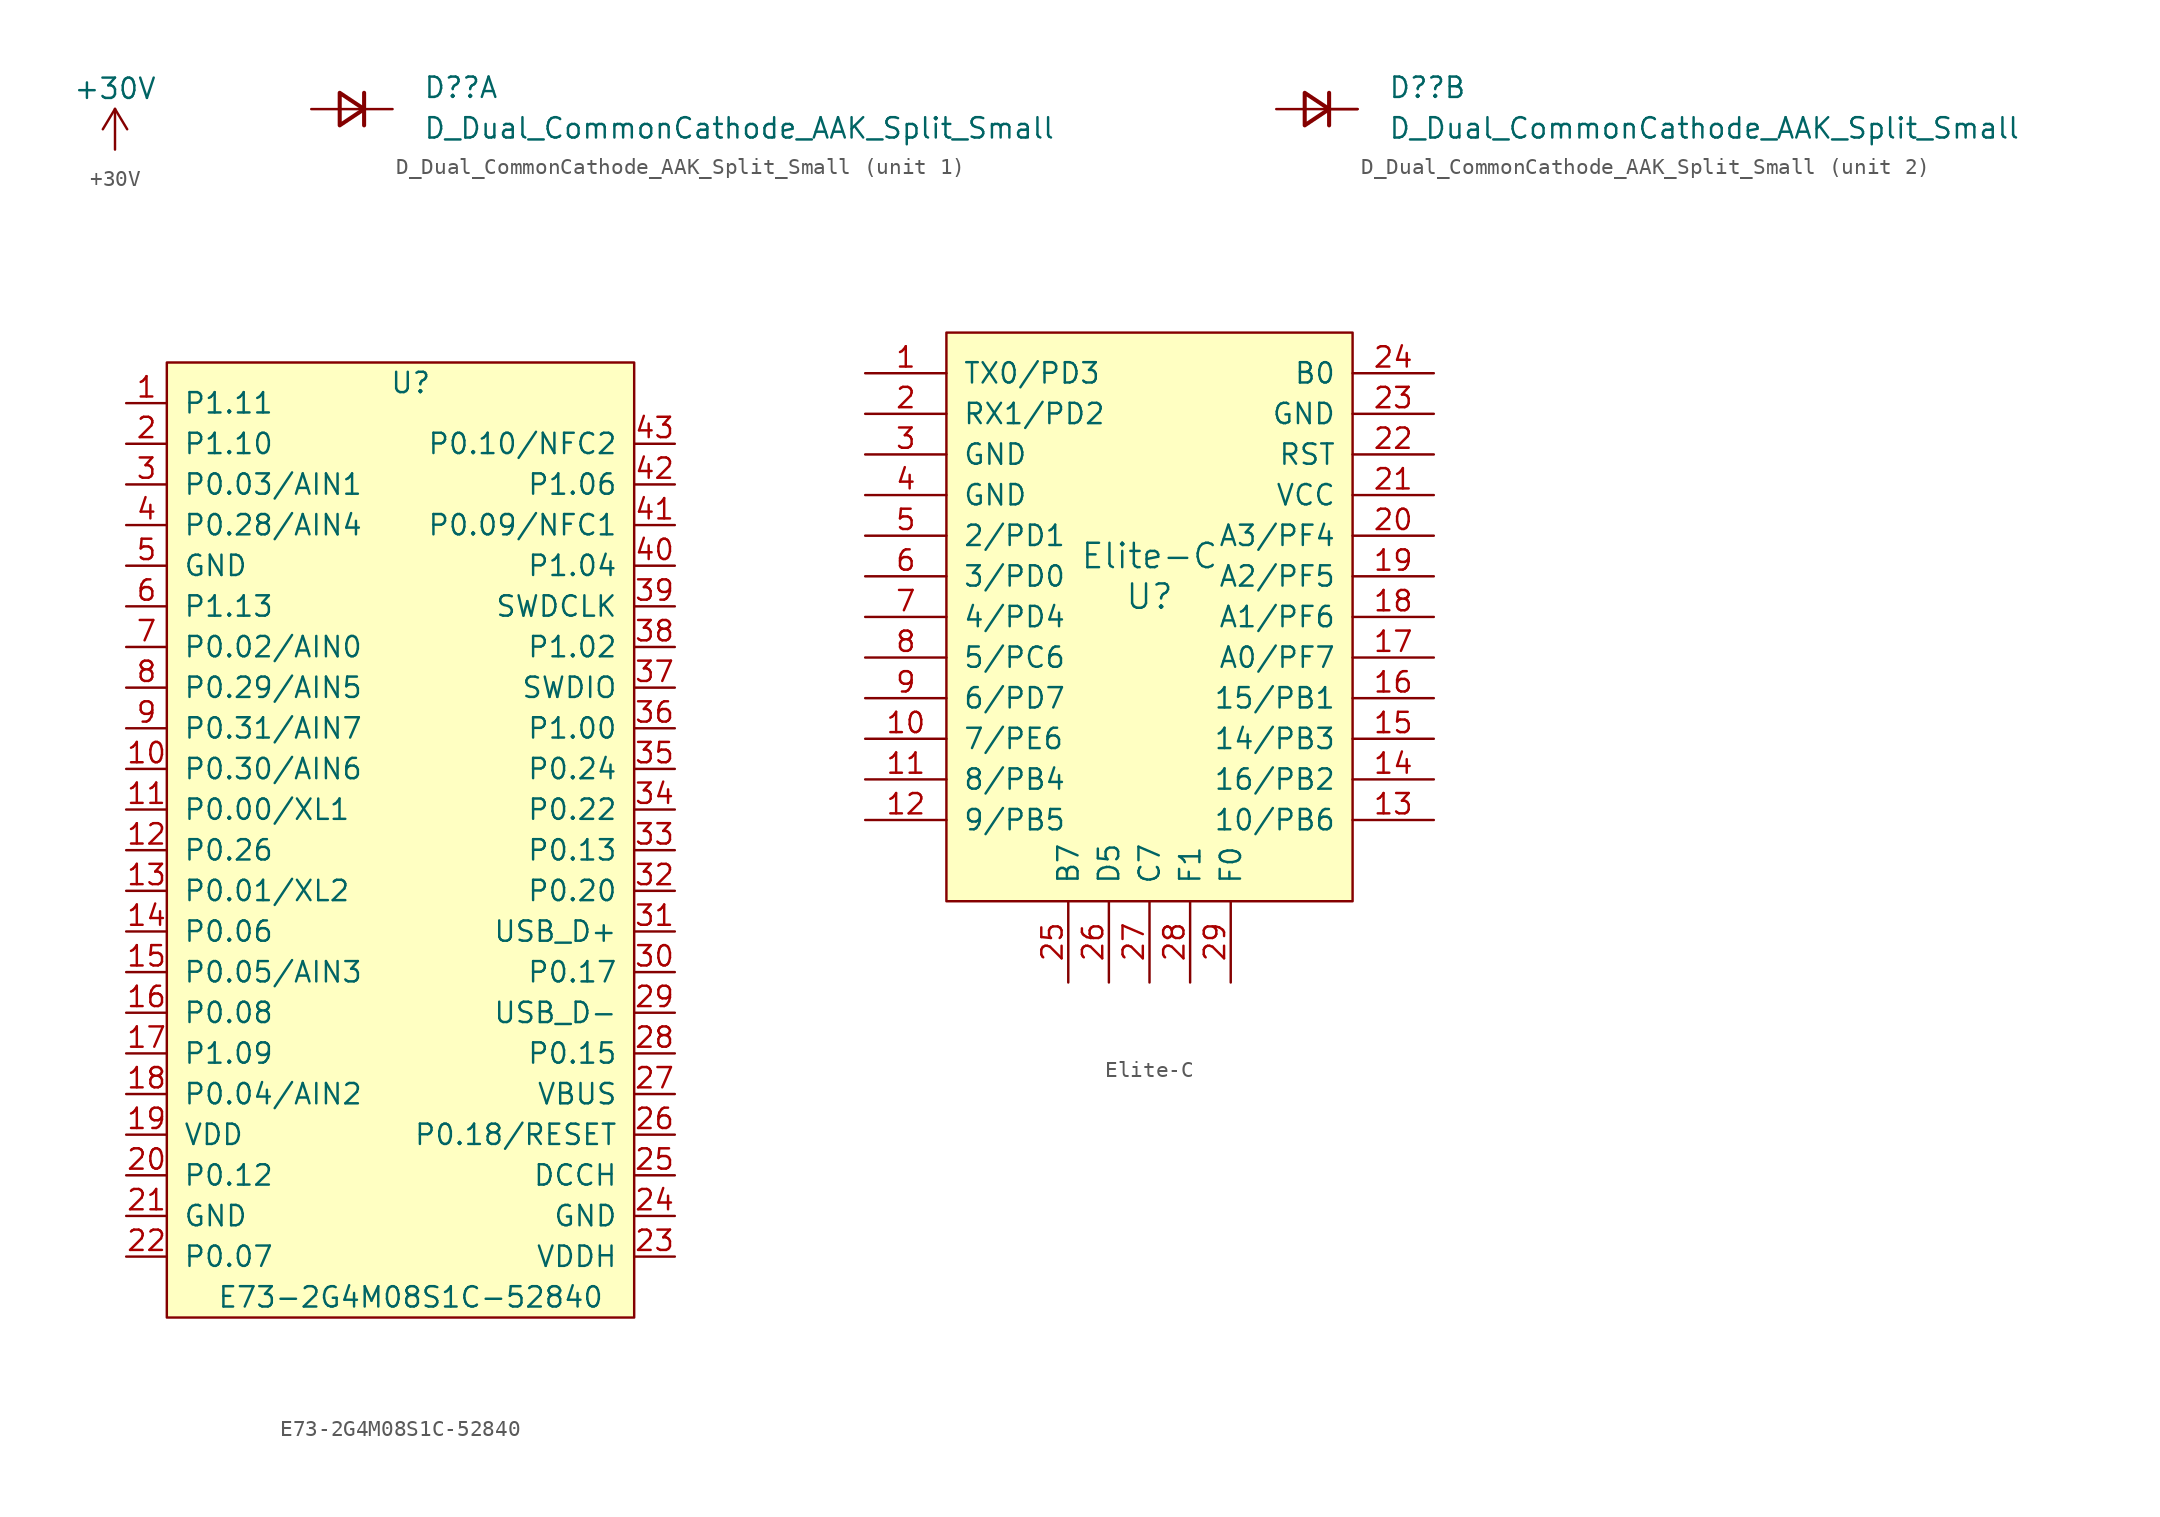
<source format=kicad_sym>
(kicad_symbol_lib
  (version 20211014)
  (generator kicad_symbol_editor)
  (symbol "+30V"
    (power)
    (pin_names
      (offset 0))
    (property "Reference" "#PWR"
      (at 0 -3.81 0)
      (effects (font (size 1.27 1.27)) hide))
    (property "Value" "+30V"
      (at 0 3.81 0)
      (effects (font (size 1.27 1.27))))
    (symbol "+30V_0_1"
      (polyline (pts (xy -0.762 1.27) (xy 0 2.54)) (stroke (width 0) (type default) (color 0 0 0 0)) (fill (type none)))
      (polyline (pts (xy 0 0) (xy 0 2.54)) (stroke (width 0) (type default) (color 0 0 0 0)) (fill (type none)))
      (polyline (pts (xy 0 2.54) (xy 0.762 1.27)) (stroke (width 0) (type default) (color 0 0 0 0)) (fill (type none))))
    (symbol "+30V_1_1"
      (pin power_in line (at 0 0 90) (length 0) hide (name "+30V" (effects (font (size 1.27 1.27)))) (number "1" (effects (font (size 1.27 1.27)))))))
  (symbol "D_Dual_CommonCathode_AAK_Split_Small"
    (pin_numbers hide)
    (pin_names
      (offset 0.762) hide)
    (property "Reference" "D?"
      (at 4.445 1.342 0)
      (effects (font (size 1.27 1.27)) (justify left)))
    (property "Value" "D_Dual_CommonCathode_AAK_Split_Small"
      (at 4.445 -1.195 0)
      (effects (font (size 1.27 1.27)) (justify left)))
    (property "ki_locked" ""
      (at 0 0 0)
      (effects (font (size 1.27 1.27))))
    (symbol "D_Dual_CommonCathode_AAK_Split_Small_0_1"
      (polyline (pts (xy 0.762 0) (xy -0.762 0)) (stroke (width 0) (type default) (color 0 0 0 0)) (fill (type none)))
      (polyline (pts (xy 0.762 1.016) (xy 0.762 -1.016)) (stroke (width 0.254) (type default) (color 0 0 0 0)) (fill (type none)))
      (polyline (pts (xy -0.762 1.016) (xy 0.762 0) (xy -0.762 -1.016) (xy -0.762 1.016)) (stroke (width 0.254) (type default) (color 0 0 0 0)) (fill (type none)))
      (pin passive line (at 2.54 0 180) (length 1.778) (name "K" (effects (font (size 1.27 1.27)))) (number "3" (effects (font (size 1.27 1.27))))))
    (symbol "D_Dual_CommonCathode_AAK_Split_Small_1_1"
      (pin passive line (at -2.54 0 0) (length 1.778) (name "A" (effects (font (size 1.27 1.27)))) (number "1" (effects (font (size 1.27 1.27))))))
    (symbol "D_Dual_CommonCathode_AAK_Split_Small_2_1"
      (pin passive line (at -2.54 0 0) (length 1.778) (name "A" (effects (font (size 1.27 1.27)))) (number "2" (effects (font (size 1.27 1.27)))))
      (pin passive line (at 2.54 0 180) (length 1.778) (name "K" (effects (font (size 1.27 1.27)))) (number "3" (effects (font (size 1.27 1.27)))))))
  (symbol "E73-2G4M08S1C-52840"
    (pin_names
      (offset 1.016))
    (property "Reference" "U"
      (at 0 29.21 0)
      (effects (font (size 1.27 1.27))))
    (property "Value" "E73-2G4M08S1C-52840"
      (at 0 -27.94 0)
      (effects (font (size 1.27 1.27))))
    (symbol "E73-2G4M08S1C-52840_0_1"
      (rectangle (start -15.24 30.48) (end 13.97 -29.21) (stroke (width 0) (type default) (color 0 0 0 0)) (fill (type background))))
    (symbol "E73-2G4M08S1C-52840_1_1"
      (pin input line (at -17.78 27.94 0) (length 2.54) (name "P1.11" (effects (font (size 1.27 1.27)))) (number "1" (effects (font (size 1.27 1.27)))))
      (pin input line (at -17.78 5.08 0) (length 2.54) (name "P0.30/AIN6" (effects (font (size 1.27 1.27)))) (number "10" (effects (font (size 1.27 1.27)))))
      (pin input line (at -17.78 2.54 0) (length 2.54) (name "P0.00/XL1" (effects (font (size 1.27 1.27)))) (number "11" (effects (font (size 1.27 1.27)))))
      (pin input line (at -17.78 0 0) (length 2.54) (name "P0.26" (effects (font (size 1.27 1.27)))) (number "12" (effects (font (size 1.27 1.27)))))
      (pin input line (at -17.78 -2.54 0) (length 2.54) (name "P0.01/XL2" (effects (font (size 1.27 1.27)))) (number "13" (effects (font (size 1.27 1.27)))))
      (pin input line (at -17.78 -5.08 0) (length 2.54) (name "P0.06" (effects (font (size 1.27 1.27)))) (number "14" (effects (font (size 1.27 1.27)))))
      (pin input line (at -17.78 -7.62 0) (length 2.54) (name "P0.05/AIN3" (effects (font (size 1.27 1.27)))) (number "15" (effects (font (size 1.27 1.27)))))
      (pin input line (at -17.78 -10.16 0) (length 2.54) (name "P0.08" (effects (font (size 1.27 1.27)))) (number "16" (effects (font (size 1.27 1.27)))))
      (pin input line (at -17.78 -12.7 0) (length 2.54) (name "P1.09" (effects (font (size 1.27 1.27)))) (number "17" (effects (font (size 1.27 1.27)))))
      (pin input line (at -17.78 -15.24 0) (length 2.54) (name "P0.04/AIN2" (effects (font (size 1.27 1.27)))) (number "18" (effects (font (size 1.27 1.27)))))
      (pin power_in line (at -17.78 -17.78 0) (length 2.54) (name "VDD" (effects (font (size 1.27 1.27)))) (number "19" (effects (font (size 1.27 1.27)))))
      (pin input line (at -17.78 25.4 0) (length 2.54) (name "P1.10" (effects (font (size 1.27 1.27)))) (number "2" (effects (font (size 1.27 1.27)))))
      (pin input line (at -17.78 -20.32 0) (length 2.54) (name "P0.12" (effects (font (size 1.27 1.27)))) (number "20" (effects (font (size 1.27 1.27)))))
      (pin power_in line (at -17.78 -22.86 0) (length 2.54) (name "GND" (effects (font (size 1.27 1.27)))) (number "21" (effects (font (size 1.27 1.27)))))
      (pin input line (at -17.78 -25.4 0) (length 2.54) (name "P0.07" (effects (font (size 1.27 1.27)))) (number "22" (effects (font (size 1.27 1.27)))))
      (pin power_in line (at 16.51 -25.4 180) (length 2.54) (name "VDDH" (effects (font (size 1.27 1.27)))) (number "23" (effects (font (size 1.27 1.27)))))
      (pin power_in line (at 16.51 -22.86 180) (length 2.54) (name "GND" (effects (font (size 1.27 1.27)))) (number "24" (effects (font (size 1.27 1.27)))))
      (pin power_out line (at 16.51 -20.32 180) (length 2.54) (name "DCCH" (effects (font (size 1.27 1.27)))) (number "25" (effects (font (size 1.27 1.27)))))
      (pin input line (at 16.51 -17.78 180) (length 2.54) (name "P0.18/RESET" (effects (font (size 1.27 1.27)))) (number "26" (effects (font (size 1.27 1.27)))))
      (pin power_in line (at 16.51 -15.24 180) (length 2.54) (name "VBUS" (effects (font (size 1.27 1.27)))) (number "27" (effects (font (size 1.27 1.27)))))
      (pin power_in line (at 16.51 -12.7 180) (length 2.54) (name "P0.15" (effects (font (size 1.27 1.27)))) (number "28" (effects (font (size 1.27 1.27)))))
      (pin input line (at 16.51 -10.16 180) (length 2.54) (name "USB_D-" (effects (font (size 1.27 1.27)))) (number "29" (effects (font (size 1.27 1.27)))))
      (pin input line (at -17.78 22.86 0) (length 2.54) (name "P0.03/AIN1" (effects (font (size 1.27 1.27)))) (number "3" (effects (font (size 1.27 1.27)))))
      (pin input line (at 16.51 -7.62 180) (length 2.54) (name "P0.17" (effects (font (size 1.27 1.27)))) (number "30" (effects (font (size 1.27 1.27)))))
      (pin input line (at 16.51 -5.08 180) (length 2.54) (name "USB_D+" (effects (font (size 1.27 1.27)))) (number "31" (effects (font (size 1.27 1.27)))))
      (pin input line (at 16.51 -2.54 180) (length 2.54) (name "P0.20" (effects (font (size 1.27 1.27)))) (number "32" (effects (font (size 1.27 1.27)))))
      (pin input line (at 16.51 0 180) (length 2.54) (name "P0.13" (effects (font (size 1.27 1.27)))) (number "33" (effects (font (size 1.27 1.27)))))
      (pin input line (at 16.51 2.54 180) (length 2.54) (name "P0.22" (effects (font (size 1.27 1.27)))) (number "34" (effects (font (size 1.27 1.27)))))
      (pin input line (at 16.51 5.08 180) (length 2.54) (name "P0.24" (effects (font (size 1.27 1.27)))) (number "35" (effects (font (size 1.27 1.27)))))
      (pin input line (at 16.51 7.62 180) (length 2.54) (name "P1.00" (effects (font (size 1.27 1.27)))) (number "36" (effects (font (size 1.27 1.27)))))
      (pin input line (at 16.51 10.16 180) (length 2.54) (name "SWDIO" (effects (font (size 1.27 1.27)))) (number "37" (effects (font (size 1.27 1.27)))))
      (pin input line (at 16.51 12.7 180) (length 2.54) (name "P1.02" (effects (font (size 1.27 1.27)))) (number "38" (effects (font (size 1.27 1.27)))))
      (pin input line (at 16.51 15.24 180) (length 2.54) (name "SWDCLK" (effects (font (size 1.27 1.27)))) (number "39" (effects (font (size 1.27 1.27)))))
      (pin input line (at -17.78 20.32 0) (length 2.54) (name "P0.28/AIN4" (effects (font (size 1.27 1.27)))) (number "4" (effects (font (size 1.27 1.27)))))
      (pin input line (at 16.51 17.78 180) (length 2.54) (name "P1.04" (effects (font (size 1.27 1.27)))) (number "40" (effects (font (size 1.27 1.27)))))
      (pin input line (at 16.51 20.32 180) (length 2.54) (name "P0.09/NFC1" (effects (font (size 1.27 1.27)))) (number "41" (effects (font (size 1.27 1.27)))))
      (pin input line (at 16.51 22.86 180) (length 2.54) (name "P1.06" (effects (font (size 1.27 1.27)))) (number "42" (effects (font (size 1.27 1.27)))))
      (pin input line (at 16.51 25.4 180) (length 2.54) (name "P0.10/NFC2" (effects (font (size 1.27 1.27)))) (number "43" (effects (font (size 1.27 1.27)))))
      (pin power_in line (at -17.78 17.78 0) (length 2.54) (name "GND" (effects (font (size 1.27 1.27)))) (number "5" (effects (font (size 1.27 1.27)))))
      (pin input line (at -17.78 15.24 0) (length 2.54) (name "P1.13" (effects (font (size 1.27 1.27)))) (number "6" (effects (font (size 1.27 1.27)))))
      (pin input line (at -17.78 12.7 0) (length 2.54) (name "P0.02/AIN0" (effects (font (size 1.27 1.27)))) (number "7" (effects (font (size 1.27 1.27)))))
      (pin input line (at -17.78 10.16 0) (length 2.54) (name "P0.29/AIN5" (effects (font (size 1.27 1.27)))) (number "8" (effects (font (size 1.27 1.27)))))
      (pin input line (at -17.78 7.62 0) (length 2.54) (name "P0.31/AIN7" (effects (font (size 1.27 1.27)))) (number "9" (effects (font (size 1.27 1.27)))))))
  (symbol "Elite-C"
    (pin_names
      (offset 1.016))
    (property "Reference" "U"
      (at 0 0 0)
      (effects (font (size 1.524 1.524))))
    (property "Value" "Elite-C"
      (at 0 2.54 0)
      (effects (font (size 1.524 1.524))))
    (symbol "Elite-C_0_1"
      (rectangle (start 12.7 -19.05) (end -12.7 16.51) (stroke (width 0) (type default) (color 0 0 0 0)) (fill (type background))))
    (symbol "Elite-C_1_1"
      (pin input line (at -17.78 13.97 0) (length 5.08) (name "TX0/PD3" (effects (font (size 1.27 1.27)))) (number "1" (effects (font (size 1.27 1.27)))))
      (pin input line (at -17.78 -8.89 0) (length 5.08) (name "7/PE6" (effects (font (size 1.27 1.27)))) (number "10" (effects (font (size 1.27 1.27)))))
      (pin input line (at -17.78 -11.43 0) (length 5.08) (name "8/PB4" (effects (font (size 1.27 1.27)))) (number "11" (effects (font (size 1.27 1.27)))))
      (pin input line (at -17.78 -13.97 0) (length 5.08) (name "9/PB5" (effects (font (size 1.27 1.27)))) (number "12" (effects (font (size 1.27 1.27)))))
      (pin input line (at 17.78 -13.97 180) (length 5.08) (name "10/PB6" (effects (font (size 1.27 1.27)))) (number "13" (effects (font (size 1.27 1.27)))))
      (pin input line (at 17.78 -11.43 180) (length 5.08) (name "16/PB2" (effects (font (size 1.27 1.27)))) (number "14" (effects (font (size 1.27 1.27)))))
      (pin input line (at 17.78 -8.89 180) (length 5.08) (name "14/PB3" (effects (font (size 1.27 1.27)))) (number "15" (effects (font (size 1.27 1.27)))))
      (pin input line (at 17.78 -6.35 180) (length 5.08) (name "15/PB1" (effects (font (size 1.27 1.27)))) (number "16" (effects (font (size 1.27 1.27)))))
      (pin input line (at 17.78 -3.81 180) (length 5.08) (name "A0/PF7" (effects (font (size 1.27 1.27)))) (number "17" (effects (font (size 1.27 1.27)))))
      (pin input line (at 17.78 -1.27 180) (length 5.08) (name "A1/PF6" (effects (font (size 1.27 1.27)))) (number "18" (effects (font (size 1.27 1.27)))))
      (pin input line (at 17.78 1.27 180) (length 5.08) (name "A2/PF5" (effects (font (size 1.27 1.27)))) (number "19" (effects (font (size 1.27 1.27)))))
      (pin input line (at -17.78 11.43 0) (length 5.08) (name "RX1/PD2" (effects (font (size 1.27 1.27)))) (number "2" (effects (font (size 1.27 1.27)))))
      (pin input line (at 17.78 3.81 180) (length 5.08) (name "A3/PF4" (effects (font (size 1.27 1.27)))) (number "20" (effects (font (size 1.27 1.27)))))
      (pin input line (at 17.78 6.35 180) (length 5.08) (name "VCC" (effects (font (size 1.27 1.27)))) (number "21" (effects (font (size 1.27 1.27)))))
      (pin input line (at 17.78 8.89 180) (length 5.08) (name "RST" (effects (font (size 1.27 1.27)))) (number "22" (effects (font (size 1.27 1.27)))))
      (pin input line (at 17.78 11.43 180) (length 5.08) (name "GND" (effects (font (size 1.27 1.27)))) (number "23" (effects (font (size 1.27 1.27)))))
      (pin input line (at 17.78 13.97 180) (length 5.08) (name "B0" (effects (font (size 1.27 1.27)))) (number "24" (effects (font (size 1.27 1.27)))))
      (pin input line (at -5.08 -24.13 90) (length 5.08) (name "B7" (effects (font (size 1.27 1.27)))) (number "25" (effects (font (size 1.27 1.27)))))
      (pin input line (at -2.54 -24.13 90) (length 5.08) (name "D5" (effects (font (size 1.27 1.27)))) (number "26" (effects (font (size 1.27 1.27)))))
      (pin input line (at 0 -24.13 90) (length 5.08) (name "C7" (effects (font (size 1.27 1.27)))) (number "27" (effects (font (size 1.27 1.27)))))
      (pin input line (at 2.54 -24.13 90) (length 5.08) (name "F1" (effects (font (size 1.27 1.27)))) (number "28" (effects (font (size 1.27 1.27)))))
      (pin input line (at 5.08 -24.13 90) (length 5.08) (name "F0" (effects (font (size 1.27 1.27)))) (number "29" (effects (font (size 1.27 1.27)))))
      (pin input line (at -17.78 8.89 0) (length 5.08) (name "GND" (effects (font (size 1.27 1.27)))) (number "3" (effects (font (size 1.27 1.27)))))
      (pin input line (at -17.78 6.35 0) (length 5.08) (name "GND" (effects (font (size 1.27 1.27)))) (number "4" (effects (font (size 1.27 1.27)))))
      (pin input line (at -17.78 3.81 0) (length 5.08) (name "2/PD1" (effects (font (size 1.27 1.27)))) (number "5" (effects (font (size 1.27 1.27)))))
      (pin input line (at -17.78 1.27 0) (length 5.08) (name "3/PD0" (effects (font (size 1.27 1.27)))) (number "6" (effects (font (size 1.27 1.27)))))
      (pin input line (at -17.78 -1.27 0) (length 5.08) (name "4/PD4" (effects (font (size 1.27 1.27)))) (number "7" (effects (font (size 1.27 1.27)))))
      (pin input line (at -17.78 -3.81 0) (length 5.08) (name "5/PC6" (effects (font (size 1.27 1.27)))) (number "8" (effects (font (size 1.27 1.27)))))
      (pin input line (at -17.78 -6.35 0) (length 5.08) (name "6/PD7" (effects (font (size 1.27 1.27)))) (number "9" (effects (font (size 1.27 1.27))))))))
</source>
